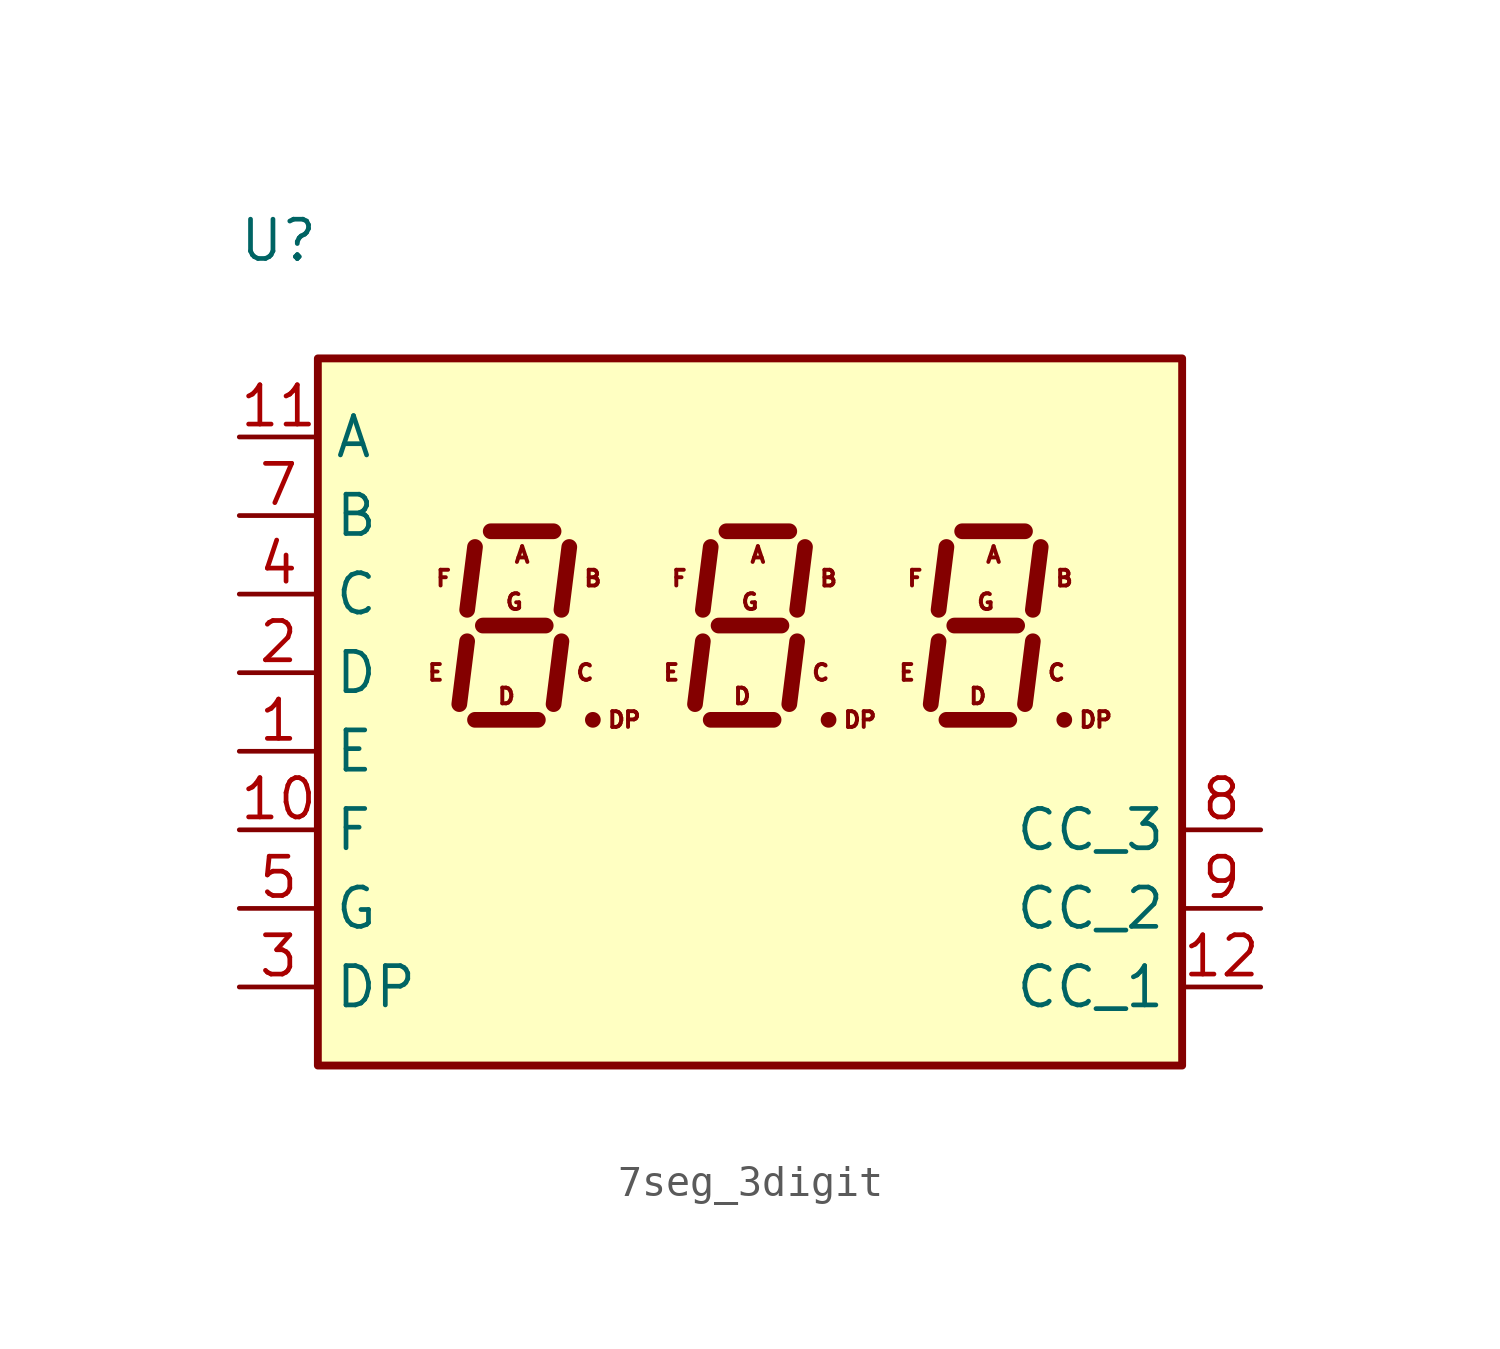
<source format=kicad_sym>
(kicad_symbol_lib
  (version 20231120)
  (generator "kicad_symbol_editor")
  (generator_version "7.99")
  (symbol "7seg_3digit"
    (property "Reference" "U"
      (at 0 0 0)
      (effects (font (size 1.27 1.27))))
    (property "Value" ""
      (at 0 0 0)
      (effects (font (size 1.27 1.27))))
    (symbol "7seg_3digit_1_0"
      (text "A" (at 7.874 -10.16 0) (effects (font (size 0.508 0.508))))
      (text "A" (at 15.494 -10.16 0) (effects (font (size 0.508 0.508))))
      (text "A" (at 23.114 -10.16 0) (effects (font (size 0.508 0.508))))
      (text "B" (at 10.16 -10.922 0) (effects (font (size 0.508 0.508))))
      (text "B" (at 17.78 -10.922 0) (effects (font (size 0.508 0.508))))
      (text "B" (at 25.4 -10.922 0) (effects (font (size 0.508 0.508))))
      (text "C" (at 9.906 -13.97 0) (effects (font (size 0.508 0.508))))
      (text "C" (at 17.526 -13.97 0) (effects (font (size 0.508 0.508))))
      (text "C" (at 25.146 -13.97 0) (effects (font (size 0.508 0.508))))
      (text "D" (at 7.366 -14.732 0) (effects (font (size 0.508 0.508))))
      (text "D" (at 14.986 -14.732 0) (effects (font (size 0.508 0.508))))
      (text "D" (at 22.606 -14.732 0) (effects (font (size 0.508 0.508))))
      (text "DP" (at 11.176 -15.494 0) (effects (font (size 0.508 0.508))))
      (text "DP" (at 18.796 -15.494 0) (effects (font (size 0.508 0.508))))
      (text "DP" (at 26.416 -15.494 0) (effects (font (size 0.508 0.508))))
      (text "E" (at 5.08 -13.97 0) (effects (font (size 0.508 0.508))))
      (text "E" (at 12.7 -13.97 0) (effects (font (size 0.508 0.508))))
      (text "E" (at 20.32 -13.97 0) (effects (font (size 0.508 0.508))))
      (text "F" (at 5.334 -10.922 0) (effects (font (size 0.508 0.508))))
      (text "F" (at 12.954 -10.922 0) (effects (font (size 0.508 0.508))))
      (text "F" (at 20.574 -10.922 0) (effects (font (size 0.508 0.508))))
      (text "G" (at 7.62 -11.684 0) (effects (font (size 0.508 0.508))))
      (text "G" (at 15.24 -11.684 0) (effects (font (size 0.508 0.508))))
      (text "G" (at 22.86 -11.684 0) (effects (font (size 0.508 0.508)))))
    (symbol "7seg_3digit_1_1"
      (polyline (pts (xy 6.096 -12.954) (xy 5.842 -14.986)) (stroke (width 0.508) (type default)) (fill (type none)))
      (polyline (pts (xy 6.35 -15.494) (xy 8.382 -15.494)) (stroke (width 0.508) (type default)) (fill (type none)))
      (polyline (pts (xy 6.35 -9.906) (xy 6.096 -11.938)) (stroke (width 0.508) (type default)) (fill (type none)))
      (polyline (pts (xy 6.604 -12.446) (xy 8.636 -12.446)) (stroke (width 0.508) (type default)) (fill (type none)))
      (polyline (pts (xy 6.858 -9.398) (xy 8.89 -9.398)) (stroke (width 0.508) (type default)) (fill (type none)))
      (polyline (pts (xy 9.144 -12.954) (xy 8.89 -14.986)) (stroke (width 0.508) (type default)) (fill (type none)))
      (polyline (pts (xy 9.398 -9.906) (xy 9.144 -11.938)) (stroke (width 0.508) (type default)) (fill (type none)))
      (polyline (pts (xy 10.16 -15.494) (xy 10.16 -15.494)) (stroke (width 0.508) (type default)) (fill (type none)))
      (polyline (pts (xy 13.716 -12.954) (xy 13.462 -14.986)) (stroke (width 0.508) (type default)) (fill (type none)))
      (polyline (pts (xy 13.97 -15.494) (xy 16.002 -15.494)) (stroke (width 0.508) (type default)) (fill (type none)))
      (polyline (pts (xy 13.97 -9.906) (xy 13.716 -11.938)) (stroke (width 0.508) (type default)) (fill (type none)))
      (polyline (pts (xy 14.224 -12.446) (xy 16.256 -12.446)) (stroke (width 0.508) (type default)) (fill (type none)))
      (polyline (pts (xy 14.478 -9.398) (xy 16.51 -9.398)) (stroke (width 0.508) (type default)) (fill (type none)))
      (polyline (pts (xy 16.764 -12.954) (xy 16.51 -14.986)) (stroke (width 0.508) (type default)) (fill (type none)))
      (polyline (pts (xy 17.018 -9.906) (xy 16.764 -11.938)) (stroke (width 0.508) (type default)) (fill (type none)))
      (polyline (pts (xy 17.78 -15.494) (xy 17.78 -15.494)) (stroke (width 0.508) (type default)) (fill (type none)))
      (polyline (pts (xy 21.336 -12.954) (xy 21.082 -14.986)) (stroke (width 0.508) (type default)) (fill (type none)))
      (polyline (pts (xy 21.59 -15.494) (xy 23.622 -15.494)) (stroke (width 0.508) (type default)) (fill (type none)))
      (polyline (pts (xy 21.59 -9.906) (xy 21.336 -11.938)) (stroke (width 0.508) (type default)) (fill (type none)))
      (polyline (pts (xy 21.844 -12.446) (xy 23.876 -12.446)) (stroke (width 0.508) (type default)) (fill (type none)))
      (polyline (pts (xy 22.098 -9.398) (xy 24.13 -9.398)) (stroke (width 0.508) (type default)) (fill (type none)))
      (polyline (pts (xy 24.384 -12.954) (xy 24.13 -14.986)) (stroke (width 0.508) (type default)) (fill (type none)))
      (polyline (pts (xy 24.638 -9.906) (xy 24.384 -11.938)) (stroke (width 0.508) (type default)) (fill (type none)))
      (polyline (pts (xy 25.4 -15.494) (xy 25.4 -15.494)) (stroke (width 0.508) (type default)) (fill (type none)))
      (rectangle (start 1.27 -3.81) (end 29.21 -26.67) (stroke (width 0.254) (type default)) (fill (type background)))
      (pin input line (at -1.27 -16.51 0) (length 2.54) (name "E" (effects (font (size 1.27 1.27)))) (number "1" (effects (font (size 1.27 1.27)))))
      (pin input line (at -1.27 -19.05 0) (length 2.54) (name "F" (effects (font (size 1.27 1.27)))) (number "10" (effects (font (size 1.27 1.27)))))
      (pin input line (at -1.27 -6.35 0) (length 2.54) (name "A" (effects (font (size 1.27 1.27)))) (number "11" (effects (font (size 1.27 1.27)))))
      (pin input line (at 31.75 -24.13 180) (length 2.54) (name "CC_1" (effects (font (size 1.27 1.27)))) (number "12" (effects (font (size 1.27 1.27)))))
      (pin input line (at -1.27 -13.97 0) (length 2.54) (name "D" (effects (font (size 1.27 1.27)))) (number "2" (effects (font (size 1.27 1.27)))))
      (pin input line (at -1.27 -24.13 0) (length 2.54) (name "DP" (effects (font (size 1.27 1.27)))) (number "3" (effects (font (size 1.27 1.27)))))
      (pin input line (at -1.27 -11.43 0) (length 2.54) (name "C" (effects (font (size 1.27 1.27)))) (number "4" (effects (font (size 1.27 1.27)))))
      (pin input line (at -1.27 -21.59 0) (length 2.54) (name "G" (effects (font (size 1.27 1.27)))) (number "5" (effects (font (size 1.27 1.27)))))
      (pin input line (at -1.27 -8.89 0) (length 2.54) (name "B" (effects (font (size 1.27 1.27)))) (number "7" (effects (font (size 1.27 1.27)))))
      (pin input line (at 31.75 -19.05 180) (length 2.54) (name "CC_3" (effects (font (size 1.27 1.27)))) (number "8" (effects (font (size 1.27 1.27)))))
      (pin input line (at 31.75 -21.59 180) (length 2.54) (name "CC_2" (effects (font (size 1.27 1.27)))) (number "9" (effects (font (size 1.27 1.27))))))))
</source>
